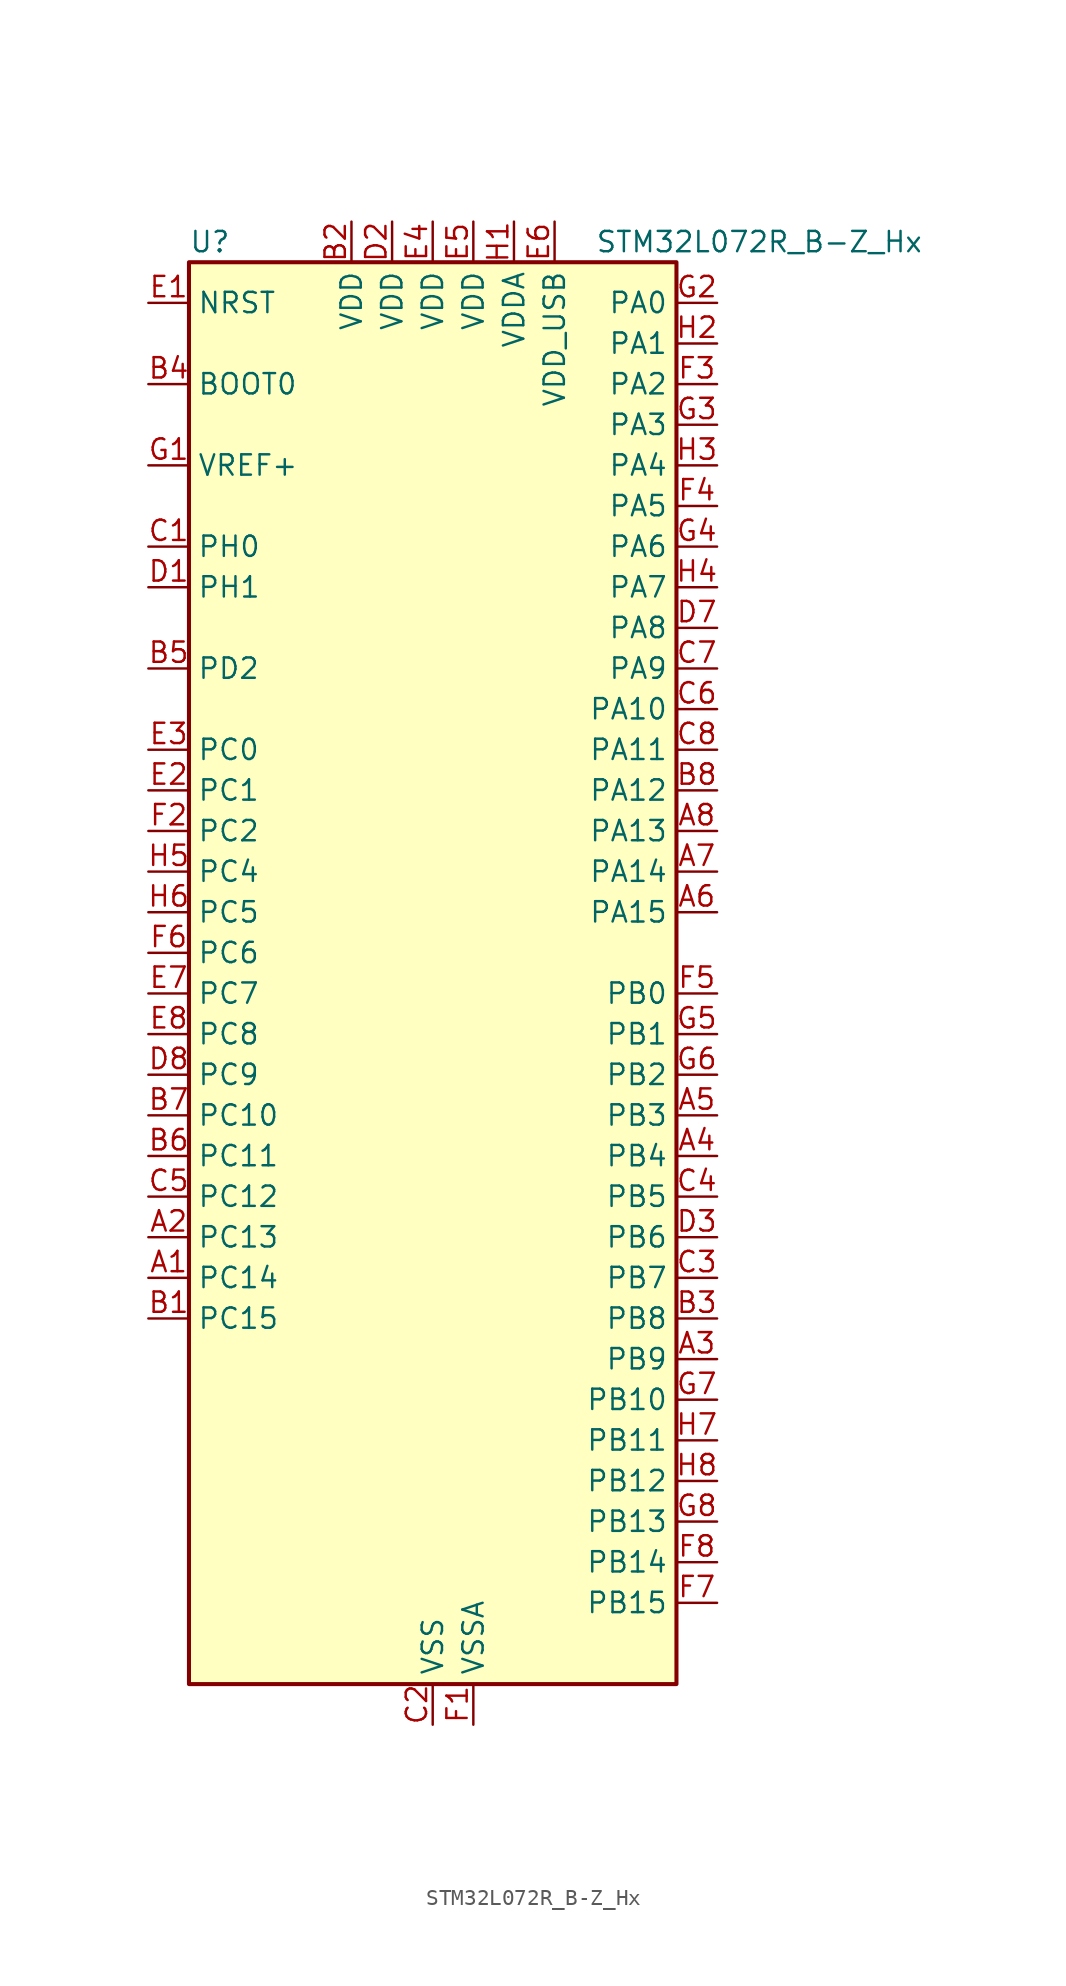
<source format=kicad_sym>
(kicad_symbol_lib
  (version 20220914)
  (generator kicad_symbol_editor)
  (symbol "STM32L072R_B-Z_Hx"
    (property "Reference" "U"
      (at -15.24 46.99 0)
      (effects (font (size 1.27 1.27)) (justify left)))
    (property "Value" "STM32L072R_B-Z_Hx"
      (at 10.16 46.99 0)
      (effects (font (size 1.27 1.27)) (justify left)))
    (property "ki_locked" ""
      (at 0 0 0)
      (effects (font (size 1.27 1.27))))
    (symbol "STM32L072R_B-Z_Hx_0_1"
      (rectangle (start -15.24 -43.18) (end 15.24 45.72) (stroke (width 0.254) (type default)) (fill (type background))))
    (symbol "STM32L072R_B-Z_Hx_1_1"
      (pin bidirectional line (at -17.78 -17.78 0) (length 2.54) (name "PC14" (effects (font (size 1.27 1.27)))) (number "A1" (effects (font (size 1.27 1.27)))) (alternate "RCC_OSC32_IN" bidirectional line))
      (pin bidirectional line (at -17.78 -15.24 0) (length 2.54) (name "PC13" (effects (font (size 1.27 1.27)))) (number "A2" (effects (font (size 1.27 1.27)))) (alternate "RTC_OUT_ALARM" bidirectional line) (alternate "RTC_OUT_CALIB" bidirectional line) (alternate "RTC_TAMP1" bidirectional line) (alternate "RTC_TS" bidirectional line) (alternate "SYS_WKUP2" bidirectional line))
      (pin bidirectional line (at 17.78 -22.86 180) (length 2.54) (name "PB9" (effects (font (size 1.27 1.27)))) (number "A3" (effects (font (size 1.27 1.27)))) (alternate "DAC_EXTI9" bidirectional line) (alternate "I2C1_SDA" bidirectional line) (alternate "I2S2_WS" bidirectional line) (alternate "SPI2_NSS" bidirectional line))
      (pin bidirectional line (at 17.78 -10.16 180) (length 2.54) (name "PB4" (effects (font (size 1.27 1.27)))) (number "A4" (effects (font (size 1.27 1.27)))) (alternate "COMP2_INP" bidirectional line) (alternate "I2C3_SDA" bidirectional line) (alternate "SPI1_MISO" bidirectional line) (alternate "TIM22_CH1" bidirectional line) (alternate "TIM3_CH1" bidirectional line) (alternate "TSC_G5_IO2" bidirectional line) (alternate "USART1_CTS" bidirectional line) (alternate "USART5_RX" bidirectional line))
      (pin bidirectional line (at 17.78 -7.62 180) (length 2.54) (name "PB3" (effects (font (size 1.27 1.27)))) (number "A5" (effects (font (size 1.27 1.27)))) (alternate "COMP2_INM" bidirectional line) (alternate "SPI1_SCK" bidirectional line) (alternate "TIM2_CH2" bidirectional line) (alternate "TSC_G5_IO1" bidirectional line) (alternate "USART1_DE" bidirectional line) (alternate "USART1_RTS" bidirectional line) (alternate "USART5_TX" bidirectional line))
      (pin bidirectional line (at 17.78 5.08 180) (length 2.54) (name "PA15" (effects (font (size 1.27 1.27)))) (number "A6" (effects (font (size 1.27 1.27)))) (alternate "SPI1_NSS" bidirectional line) (alternate "TIM2_CH1" bidirectional line) (alternate "TIM2_ETR" bidirectional line) (alternate "USART2_RX" bidirectional line) (alternate "USART4_DE" bidirectional line) (alternate "USART4_RTS" bidirectional line))
      (pin bidirectional line (at 17.78 7.62 180) (length 2.54) (name "PA14" (effects (font (size 1.27 1.27)))) (number "A7" (effects (font (size 1.27 1.27)))) (alternate "LPUART1_TX" bidirectional line) (alternate "SYS_SWCLK" bidirectional line) (alternate "USART2_TX" bidirectional line))
      (pin bidirectional line (at 17.78 10.16 180) (length 2.54) (name "PA13" (effects (font (size 1.27 1.27)))) (number "A8" (effects (font (size 1.27 1.27)))) (alternate "LPUART1_RX" bidirectional line) (alternate "SYS_SWDIO" bidirectional line) (alternate "USB_NOE" bidirectional line))
      (pin bidirectional line (at -17.78 -20.32 0) (length 2.54) (name "PC15" (effects (font (size 1.27 1.27)))) (number "B1" (effects (font (size 1.27 1.27)))) (alternate "RCC_OSC32_OUT" bidirectional line))
      (pin power_in line (at -5.08 48.26 270) (length 2.54) (name "VDD" (effects (font (size 1.27 1.27)))) (number "B2" (effects (font (size 1.27 1.27)))))
      (pin bidirectional line (at 17.78 -20.32 180) (length 2.54) (name "PB8" (effects (font (size 1.27 1.27)))) (number "B3" (effects (font (size 1.27 1.27)))) (alternate "I2C1_SCL" bidirectional line) (alternate "TSC_SYNC" bidirectional line))
      (pin input line (at -17.78 38.1 0) (length 2.54) (name "BOOT0" (effects (font (size 1.27 1.27)))) (number "B4" (effects (font (size 1.27 1.27)))))
      (pin bidirectional line (at -17.78 20.32 0) (length 2.54) (name "PD2" (effects (font (size 1.27 1.27)))) (number "B5" (effects (font (size 1.27 1.27)))) (alternate "LPUART1_DE" bidirectional line) (alternate "LPUART1_RTS" bidirectional line) (alternate "TIM3_ETR" bidirectional line) (alternate "USART5_RX" bidirectional line))
      (pin bidirectional line (at -17.78 -10.16 0) (length 2.54) (name "PC11" (effects (font (size 1.27 1.27)))) (number "B6" (effects (font (size 1.27 1.27)))) (alternate "ADC_EXTI11" bidirectional line) (alternate "LPUART1_RX" bidirectional line) (alternate "USART4_RX" bidirectional line))
      (pin bidirectional line (at -17.78 -7.62 0) (length 2.54) (name "PC10" (effects (font (size 1.27 1.27)))) (number "B7" (effects (font (size 1.27 1.27)))) (alternate "LPUART1_TX" bidirectional line) (alternate "USART4_TX" bidirectional line))
      (pin bidirectional line (at 17.78 12.7 180) (length 2.54) (name "PA12" (effects (font (size 1.27 1.27)))) (number "B8" (effects (font (size 1.27 1.27)))) (alternate "COMP2_OUT" bidirectional line) (alternate "SPI1_MOSI" bidirectional line) (alternate "TSC_G4_IO4" bidirectional line) (alternate "USART1_DE" bidirectional line) (alternate "USART1_RTS" bidirectional line) (alternate "USB_DP" bidirectional line))
      (pin bidirectional line (at -17.78 27.94 0) (length 2.54) (name "PH0" (effects (font (size 1.27 1.27)))) (number "C1" (effects (font (size 1.27 1.27)))) (alternate "CRS_SYNC" bidirectional line) (alternate "RCC_OSC_IN" bidirectional line))
      (pin power_in line (at 0 -45.72 90) (length 2.54) (name "VSS" (effects (font (size 1.27 1.27)))) (number "C2" (effects (font (size 1.27 1.27)))))
      (pin bidirectional line (at 17.78 -17.78 180) (length 2.54) (name "PB7" (effects (font (size 1.27 1.27)))) (number "C3" (effects (font (size 1.27 1.27)))) (alternate "COMP2_INP" bidirectional line) (alternate "I2C1_SDA" bidirectional line) (alternate "LPTIM1_IN2" bidirectional line) (alternate "SYS_PVD_IN" bidirectional line) (alternate "TSC_G5_IO4" bidirectional line) (alternate "USART1_RX" bidirectional line) (alternate "USART4_CTS" bidirectional line))
      (pin bidirectional line (at 17.78 -12.7 180) (length 2.54) (name "PB5" (effects (font (size 1.27 1.27)))) (number "C4" (effects (font (size 1.27 1.27)))) (alternate "COMP2_INP" bidirectional line) (alternate "I2C1_SMBA" bidirectional line) (alternate "LPTIM1_IN1" bidirectional line) (alternate "SPI1_MOSI" bidirectional line) (alternate "TIM22_CH2" bidirectional line) (alternate "TIM3_CH2" bidirectional line) (alternate "USART1_CK" bidirectional line) (alternate "USART5_CK" bidirectional line) (alternate "USART5_DE" bidirectional line) (alternate "USART5_RTS" bidirectional line))
      (pin bidirectional line (at -17.78 -12.7 0) (length 2.54) (name "PC12" (effects (font (size 1.27 1.27)))) (number "C5" (effects (font (size 1.27 1.27)))) (alternate "USART4_CK" bidirectional line) (alternate "USART5_TX" bidirectional line))
      (pin bidirectional line (at 17.78 17.78 180) (length 2.54) (name "PA10" (effects (font (size 1.27 1.27)))) (number "C6" (effects (font (size 1.27 1.27)))) (alternate "I2C1_SDA" bidirectional line) (alternate "TSC_G4_IO2" bidirectional line) (alternate "USART1_RX" bidirectional line))
      (pin bidirectional line (at 17.78 20.32 180) (length 2.54) (name "PA9" (effects (font (size 1.27 1.27)))) (number "C7" (effects (font (size 1.27 1.27)))) (alternate "DAC_EXTI9" bidirectional line) (alternate "I2C1_SCL" bidirectional line) (alternate "I2C3_SMBA" bidirectional line) (alternate "RCC_MCO" bidirectional line) (alternate "TSC_G4_IO1" bidirectional line) (alternate "USART1_TX" bidirectional line))
      (pin bidirectional line (at 17.78 15.24 180) (length 2.54) (name "PA11" (effects (font (size 1.27 1.27)))) (number "C8" (effects (font (size 1.27 1.27)))) (alternate "ADC_EXTI11" bidirectional line) (alternate "COMP1_OUT" bidirectional line) (alternate "SPI1_MISO" bidirectional line) (alternate "TSC_G4_IO3" bidirectional line) (alternate "USART1_CTS" bidirectional line) (alternate "USB_DM" bidirectional line))
      (pin bidirectional line (at -17.78 25.4 0) (length 2.54) (name "PH1" (effects (font (size 1.27 1.27)))) (number "D1" (effects (font (size 1.27 1.27)))) (alternate "RCC_OSC_OUT" bidirectional line))
      (pin power_in line (at -2.54 48.26 270) (length 2.54) (name "VDD" (effects (font (size 1.27 1.27)))) (number "D2" (effects (font (size 1.27 1.27)))))
      (pin bidirectional line (at 17.78 -15.24 180) (length 2.54) (name "PB6" (effects (font (size 1.27 1.27)))) (number "D3" (effects (font (size 1.27 1.27)))) (alternate "COMP2_INP" bidirectional line) (alternate "I2C1_SCL" bidirectional line) (alternate "LPTIM1_ETR" bidirectional line) (alternate "TSC_G5_IO3" bidirectional line) (alternate "USART1_TX" bidirectional line))
      (pin passive line (at 0 -45.72 90) (length 2.54) hide (name "VSS" (effects (font (size 1.27 1.27)))) (number "D4" (effects (font (size 1.27 1.27)))))
      (pin passive line (at 0 -45.72 90) (length 2.54) hide (name "VSS" (effects (font (size 1.27 1.27)))) (number "D5" (effects (font (size 1.27 1.27)))))
      (pin passive line (at 0 -45.72 90) (length 2.54) hide (name "VSS" (effects (font (size 1.27 1.27)))) (number "D6" (effects (font (size 1.27 1.27)))))
      (pin bidirectional line (at 17.78 22.86 180) (length 2.54) (name "PA8" (effects (font (size 1.27 1.27)))) (number "D7" (effects (font (size 1.27 1.27)))) (alternate "CRS_SYNC" bidirectional line) (alternate "I2C3_SCL" bidirectional line) (alternate "RCC_MCO" bidirectional line) (alternate "USART1_CK" bidirectional line))
      (pin bidirectional line (at -17.78 -5.08 0) (length 2.54) (name "PC9" (effects (font (size 1.27 1.27)))) (number "D8" (effects (font (size 1.27 1.27)))) (alternate "DAC_EXTI9" bidirectional line) (alternate "I2C3_SDA" bidirectional line) (alternate "TIM21_ETR" bidirectional line) (alternate "TIM3_CH4" bidirectional line) (alternate "TSC_G8_IO4" bidirectional line) (alternate "USB_NOE" bidirectional line))
      (pin input line (at -17.78 43.18 0) (length 2.54) (name "NRST" (effects (font (size 1.27 1.27)))) (number "E1" (effects (font (size 1.27 1.27)))))
      (pin bidirectional line (at -17.78 12.7 0) (length 2.54) (name "PC1" (effects (font (size 1.27 1.27)))) (number "E2" (effects (font (size 1.27 1.27)))) (alternate "ADC_IN11" bidirectional line) (alternate "I2C3_SDA" bidirectional line) (alternate "LPTIM1_OUT" bidirectional line) (alternate "LPUART1_TX" bidirectional line) (alternate "TSC_G7_IO2" bidirectional line))
      (pin bidirectional line (at -17.78 15.24 0) (length 2.54) (name "PC0" (effects (font (size 1.27 1.27)))) (number "E3" (effects (font (size 1.27 1.27)))) (alternate "ADC_IN10" bidirectional line) (alternate "I2C3_SCL" bidirectional line) (alternate "LPTIM1_IN1" bidirectional line) (alternate "LPUART1_RX" bidirectional line) (alternate "TSC_G7_IO1" bidirectional line))
      (pin power_in line (at 0 48.26 270) (length 2.54) (name "VDD" (effects (font (size 1.27 1.27)))) (number "E4" (effects (font (size 1.27 1.27)))))
      (pin power_in line (at 2.54 48.26 270) (length 2.54) (name "VDD" (effects (font (size 1.27 1.27)))) (number "E5" (effects (font (size 1.27 1.27)))))
      (pin power_in line (at 7.62 48.26 270) (length 2.54) (name "VDD_USB" (effects (font (size 1.27 1.27)))) (number "E6" (effects (font (size 1.27 1.27)))))
      (pin bidirectional line (at -17.78 0 0) (length 2.54) (name "PC7" (effects (font (size 1.27 1.27)))) (number "E7" (effects (font (size 1.27 1.27)))) (alternate "TIM22_CH2" bidirectional line) (alternate "TIM3_CH2" bidirectional line) (alternate "TSC_G8_IO2" bidirectional line))
      (pin bidirectional line (at -17.78 -2.54 0) (length 2.54) (name "PC8" (effects (font (size 1.27 1.27)))) (number "E8" (effects (font (size 1.27 1.27)))) (alternate "TIM22_ETR" bidirectional line) (alternate "TIM3_CH3" bidirectional line) (alternate "TSC_G8_IO3" bidirectional line))
      (pin power_in line (at 2.54 -45.72 90) (length 2.54) (name "VSSA" (effects (font (size 1.27 1.27)))) (number "F1" (effects (font (size 1.27 1.27)))))
      (pin bidirectional line (at -17.78 10.16 0) (length 2.54) (name "PC2" (effects (font (size 1.27 1.27)))) (number "F2" (effects (font (size 1.27 1.27)))) (alternate "ADC_IN12" bidirectional line) (alternate "I2S2_MCK" bidirectional line) (alternate "LPTIM1_IN2" bidirectional line) (alternate "SPI2_MISO" bidirectional line) (alternate "TSC_G7_IO3" bidirectional line))
      (pin bidirectional line (at 17.78 38.1 180) (length 2.54) (name "PA2" (effects (font (size 1.27 1.27)))) (number "F3" (effects (font (size 1.27 1.27)))) (alternate "ADC_IN2" bidirectional line) (alternate "COMP2_INM" bidirectional line) (alternate "COMP2_OUT" bidirectional line) (alternate "LPUART1_TX" bidirectional line) (alternate "TIM21_CH1" bidirectional line) (alternate "TIM2_CH3" bidirectional line) (alternate "TSC_G1_IO3" bidirectional line) (alternate "USART2_TX" bidirectional line))
      (pin bidirectional line (at 17.78 30.48 180) (length 2.54) (name "PA5" (effects (font (size 1.27 1.27)))) (number "F4" (effects (font (size 1.27 1.27)))) (alternate "ADC_IN5" bidirectional line) (alternate "COMP1_INM" bidirectional line) (alternate "COMP2_INM" bidirectional line) (alternate "DAC_OUT2" bidirectional line) (alternate "SPI1_SCK" bidirectional line) (alternate "TIM2_CH1" bidirectional line) (alternate "TIM2_ETR" bidirectional line) (alternate "TSC_G2_IO2" bidirectional line))
      (pin bidirectional line (at 17.78 0 180) (length 2.54) (name "PB0" (effects (font (size 1.27 1.27)))) (number "F5" (effects (font (size 1.27 1.27)))) (alternate "ADC_IN8" bidirectional line) (alternate "SYS_VREF_OUT_PB0" bidirectional line) (alternate "TIM3_CH3" bidirectional line) (alternate "TSC_G3_IO2" bidirectional line))
      (pin bidirectional line (at -17.78 2.54 0) (length 2.54) (name "PC6" (effects (font (size 1.27 1.27)))) (number "F6" (effects (font (size 1.27 1.27)))) (alternate "TIM22_CH1" bidirectional line) (alternate "TIM3_CH1" bidirectional line) (alternate "TSC_G8_IO1" bidirectional line))
      (pin bidirectional line (at 17.78 -38.1 180) (length 2.54) (name "PB15" (effects (font (size 1.27 1.27)))) (number "F7" (effects (font (size 1.27 1.27)))) (alternate "I2S2_SD" bidirectional line) (alternate "RTC_REFIN" bidirectional line) (alternate "SPI2_MOSI" bidirectional line))
      (pin bidirectional line (at 17.78 -35.56 180) (length 2.54) (name "PB14" (effects (font (size 1.27 1.27)))) (number "F8" (effects (font (size 1.27 1.27)))) (alternate "I2C2_SDA" bidirectional line) (alternate "I2S2_MCK" bidirectional line) (alternate "LPUART1_DE" bidirectional line) (alternate "LPUART1_RTS" bidirectional line) (alternate "RTC_OUT_ALARM" bidirectional line) (alternate "RTC_OUT_CALIB" bidirectional line) (alternate "SPI2_MISO" bidirectional line) (alternate "TIM21_CH2" bidirectional line) (alternate "TSC_G6_IO4" bidirectional line))
      (pin input line (at -17.78 33.02 0) (length 2.54) (name "VREF+" (effects (font (size 1.27 1.27)))) (number "G1" (effects (font (size 1.27 1.27)))))
      (pin bidirectional line (at 17.78 43.18 180) (length 2.54) (name "PA0" (effects (font (size 1.27 1.27)))) (number "G2" (effects (font (size 1.27 1.27)))) (alternate "ADC_IN0" bidirectional line) (alternate "COMP1_INM" bidirectional line) (alternate "COMP1_OUT" bidirectional line) (alternate "RTC_TAMP2" bidirectional line) (alternate "SYS_WKUP1" bidirectional line) (alternate "TIM2_CH1" bidirectional line) (alternate "TIM2_ETR" bidirectional line) (alternate "TSC_G1_IO1" bidirectional line) (alternate "USART2_CTS" bidirectional line) (alternate "USART4_TX" bidirectional line))
      (pin bidirectional line (at 17.78 35.56 180) (length 2.54) (name "PA3" (effects (font (size 1.27 1.27)))) (number "G3" (effects (font (size 1.27 1.27)))) (alternate "ADC_IN3" bidirectional line) (alternate "COMP2_INP" bidirectional line) (alternate "LPUART1_RX" bidirectional line) (alternate "TIM21_CH2" bidirectional line) (alternate "TIM2_CH4" bidirectional line) (alternate "TSC_G1_IO4" bidirectional line) (alternate "USART2_RX" bidirectional line))
      (pin bidirectional line (at 17.78 27.94 180) (length 2.54) (name "PA6" (effects (font (size 1.27 1.27)))) (number "G4" (effects (font (size 1.27 1.27)))) (alternate "ADC_IN6" bidirectional line) (alternate "COMP1_OUT" bidirectional line) (alternate "LPUART1_CTS" bidirectional line) (alternate "SPI1_MISO" bidirectional line) (alternate "TIM22_CH1" bidirectional line) (alternate "TIM3_CH1" bidirectional line) (alternate "TSC_G2_IO3" bidirectional line))
      (pin bidirectional line (at 17.78 -2.54 180) (length 2.54) (name "PB1" (effects (font (size 1.27 1.27)))) (number "G5" (effects (font (size 1.27 1.27)))) (alternate "ADC_IN9" bidirectional line) (alternate "LPUART1_DE" bidirectional line) (alternate "LPUART1_RTS" bidirectional line) (alternate "SYS_VREF_OUT_PB1" bidirectional line) (alternate "TIM3_CH4" bidirectional line) (alternate "TSC_G3_IO3" bidirectional line))
      (pin bidirectional line (at 17.78 -5.08 180) (length 2.54) (name "PB2" (effects (font (size 1.27 1.27)))) (number "G6" (effects (font (size 1.27 1.27)))) (alternate "I2C3_SMBA" bidirectional line) (alternate "LPTIM1_OUT" bidirectional line) (alternate "TSC_G3_IO4" bidirectional line))
      (pin bidirectional line (at 17.78 -25.4 180) (length 2.54) (name "PB10" (effects (font (size 1.27 1.27)))) (number "G7" (effects (font (size 1.27 1.27)))) (alternate "I2C2_SCL" bidirectional line) (alternate "LPUART1_RX" bidirectional line) (alternate "LPUART1_TX" bidirectional line) (alternate "SPI2_SCK" bidirectional line) (alternate "TIM2_CH3" bidirectional line) (alternate "TSC_SYNC" bidirectional line))
      (pin bidirectional line (at 17.78 -33.02 180) (length 2.54) (name "PB13" (effects (font (size 1.27 1.27)))) (number "G8" (effects (font (size 1.27 1.27)))) (alternate "I2C2_SCL" bidirectional line) (alternate "I2S2_CK" bidirectional line) (alternate "LPUART1_CTS" bidirectional line) (alternate "RCC_MCO" bidirectional line) (alternate "SPI2_SCK" bidirectional line) (alternate "TIM21_CH1" bidirectional line) (alternate "TSC_G6_IO3" bidirectional line))
      (pin power_in line (at 5.08 48.26 270) (length 2.54) (name "VDDA" (effects (font (size 1.27 1.27)))) (number "H1" (effects (font (size 1.27 1.27)))))
      (pin bidirectional line (at 17.78 40.64 180) (length 2.54) (name "PA1" (effects (font (size 1.27 1.27)))) (number "H2" (effects (font (size 1.27 1.27)))) (alternate "ADC_IN1" bidirectional line) (alternate "COMP1_INP" bidirectional line) (alternate "TIM21_ETR" bidirectional line) (alternate "TIM2_CH2" bidirectional line) (alternate "TSC_G1_IO2" bidirectional line) (alternate "USART2_DE" bidirectional line) (alternate "USART2_RTS" bidirectional line) (alternate "USART4_RX" bidirectional line))
      (pin bidirectional line (at 17.78 33.02 180) (length 2.54) (name "PA4" (effects (font (size 1.27 1.27)))) (number "H3" (effects (font (size 1.27 1.27)))) (alternate "ADC_IN4" bidirectional line) (alternate "COMP1_INM" bidirectional line) (alternate "COMP2_INM" bidirectional line) (alternate "DAC_OUT1" bidirectional line) (alternate "SPI1_NSS" bidirectional line) (alternate "TIM22_ETR" bidirectional line) (alternate "TSC_G2_IO1" bidirectional line) (alternate "USART2_CK" bidirectional line))
      (pin bidirectional line (at 17.78 25.4 180) (length 2.54) (name "PA7" (effects (font (size 1.27 1.27)))) (number "H4" (effects (font (size 1.27 1.27)))) (alternate "ADC_IN7" bidirectional line) (alternate "COMP2_OUT" bidirectional line) (alternate "SPI1_MOSI" bidirectional line) (alternate "TIM22_CH2" bidirectional line) (alternate "TIM3_CH2" bidirectional line) (alternate "TSC_G2_IO4" bidirectional line))
      (pin bidirectional line (at -17.78 7.62 0) (length 2.54) (name "PC4" (effects (font (size 1.27 1.27)))) (number "H5" (effects (font (size 1.27 1.27)))) (alternate "ADC_IN14" bidirectional line) (alternate "LPUART1_TX" bidirectional line))
      (pin bidirectional line (at -17.78 5.08 0) (length 2.54) (name "PC5" (effects (font (size 1.27 1.27)))) (number "H6" (effects (font (size 1.27 1.27)))) (alternate "ADC_IN15" bidirectional line) (alternate "LPUART1_RX" bidirectional line) (alternate "TSC_G3_IO1" bidirectional line))
      (pin bidirectional line (at 17.78 -27.94 180) (length 2.54) (name "PB11" (effects (font (size 1.27 1.27)))) (number "H7" (effects (font (size 1.27 1.27)))) (alternate "ADC_EXTI11" bidirectional line) (alternate "I2C2_SDA" bidirectional line) (alternate "LPUART1_RX" bidirectional line) (alternate "LPUART1_TX" bidirectional line) (alternate "TIM2_CH4" bidirectional line) (alternate "TSC_G6_IO1" bidirectional line))
      (pin bidirectional line (at 17.78 -30.48 180) (length 2.54) (name "PB12" (effects (font (size 1.27 1.27)))) (number "H8" (effects (font (size 1.27 1.27)))) (alternate "I2S2_WS" bidirectional line) (alternate "LPUART1_DE" bidirectional line) (alternate "LPUART1_RTS" bidirectional line) (alternate "SPI2_NSS" bidirectional line) (alternate "TSC_G6_IO2" bidirectional line)))))
</source>
